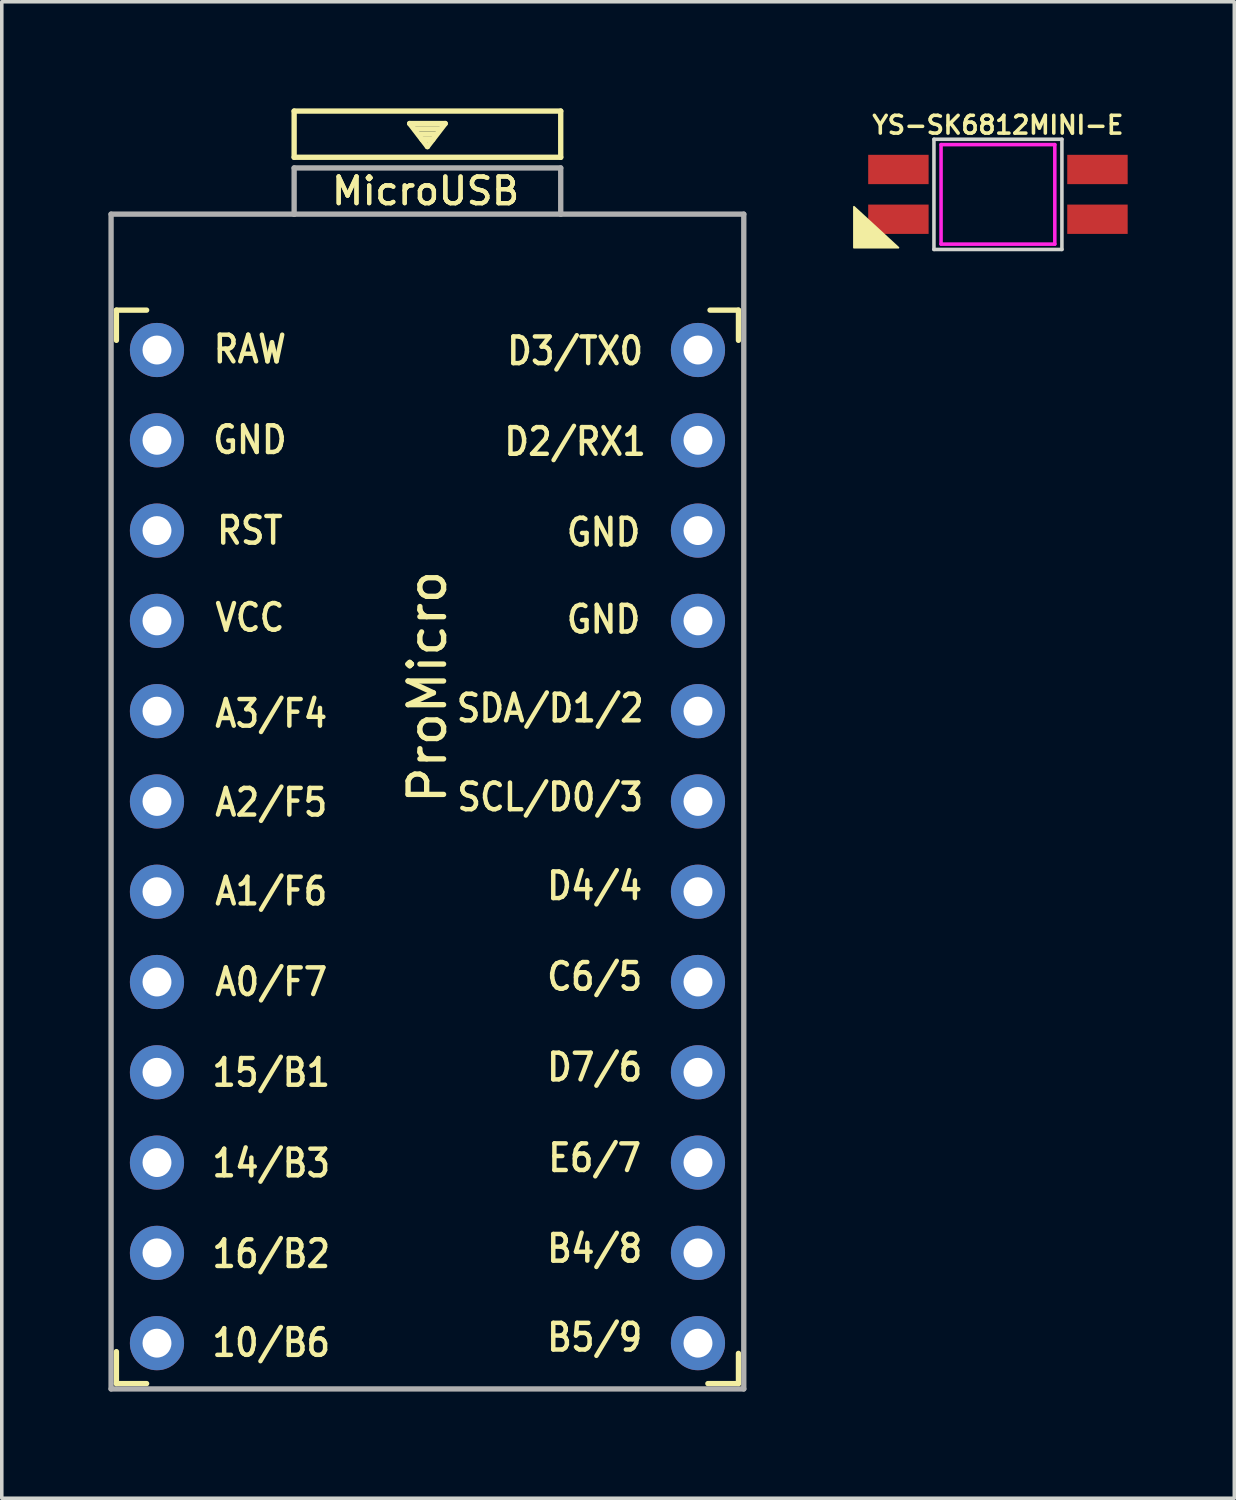
<source format=kicad_pcb>
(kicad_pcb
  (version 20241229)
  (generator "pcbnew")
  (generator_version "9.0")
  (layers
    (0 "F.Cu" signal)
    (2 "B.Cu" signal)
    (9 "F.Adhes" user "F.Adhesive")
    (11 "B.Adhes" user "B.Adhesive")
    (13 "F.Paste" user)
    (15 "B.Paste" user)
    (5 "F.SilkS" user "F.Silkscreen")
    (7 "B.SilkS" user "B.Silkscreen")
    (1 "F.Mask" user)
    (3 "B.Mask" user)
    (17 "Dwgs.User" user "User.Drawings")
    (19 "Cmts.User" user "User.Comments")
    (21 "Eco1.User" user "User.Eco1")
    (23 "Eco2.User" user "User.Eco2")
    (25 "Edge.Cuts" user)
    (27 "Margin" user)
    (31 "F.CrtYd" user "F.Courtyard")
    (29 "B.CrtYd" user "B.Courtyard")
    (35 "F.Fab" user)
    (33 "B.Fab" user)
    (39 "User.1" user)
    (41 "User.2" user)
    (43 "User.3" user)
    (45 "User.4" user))
  (footprint "ProMicro"
    (layer "F.Cu")
    (at 8.975 21.275)
    (property "Reference" "ProMicro" (at 0 -5 270) (layer "F.SilkS") (effects (font (size 1 1) (thickness 0.15))))
    (attr through_hole)
    (fp_line (start -8.75 -15.6) (end -8.75 -14.75) (stroke (width 0.15) (type solid)) (layer "F.SilkS"))
    (fp_line (start -8.75 -15.6) (end -7.9 -15.6) (stroke (width 0.15) (type solid)) (layer "F.SilkS"))
    (fp_line (start -8.75 13.7) (end -8.75 14.6) (stroke (width 0.15) (type solid)) (layer "F.SilkS"))
    (fp_line (start -8.75 14.6) (end -7.9 14.6) (stroke (width 0.15) (type solid)) (layer "F.SilkS"))
    (fp_line (start -3.75 -21.2) (end -3.75 -19.9) (stroke (width 0.15) (type solid)) (layer "F.SilkS"))
    (fp_line (start -3.75 -19.9) (end 3.75 -19.9) (stroke (width 0.15) (type solid)) (layer "F.SilkS"))
    (fp_line (start -0.5 -20.85) (end 0.5 -20.85) (stroke (width 0.15) (type solid)) (layer "F.SilkS"))
    (fp_line (start -0.35 -20.7) (end 0.35 -20.7) (stroke (width 0.15) (type solid)) (layer "F.SilkS"))
    (fp_line (start -0.25 -20.55) (end 0.25 -20.55) (stroke (width 0.15) (type solid)) (layer "F.SilkS"))
    (fp_line (start -0.15 -20.4) (end 0.15 -20.4) (stroke (width 0.15) (type solid)) (layer "F.SilkS"))
    (fp_line (start 0 -20.2) (end -0.5 -20.85) (stroke (width 0.15) (type solid)) (layer "F.SilkS"))
    (fp_line (start 0.5 -20.85) (end 0 -20.2) (stroke (width 0.15) (type solid)) (layer "F.SilkS"))
    (fp_line (start 3.75 -21.2) (end -3.75 -21.2) (stroke (width 0.15) (type solid)) (layer "F.SilkS"))
    (fp_line (start 3.75 -19.9) (end 3.75 -21.2) (stroke (width 0.15) (type solid)) (layer "F.SilkS"))
    (fp_line (start 8.75 -15.6) (end 7.95 -15.6) (stroke (width 0.15) (type solid)) (layer "F.SilkS"))
    (fp_line (start 8.75 -15.6) (end 8.75 -14.75) (stroke (width 0.15) (type solid)) (layer "F.SilkS"))
    (fp_line (start 8.75 13.75) (end 8.75 14.6) (stroke (width 0.15) (type solid)) (layer "F.SilkS"))
    (fp_line (start 8.75 14.6) (end 7.89 14.6) (stroke (width 0.15) (type solid)) (layer "F.SilkS"))
    (fp_line (start -8.9 -18.3) (end -3.75 -18.3) (stroke (width 0.15) (type solid)) (layer "F.Fab"))
    (fp_line (start -8.9 14.75) (end -8.9 -18.3) (stroke (width 0.15) (type solid)) (layer "F.Fab"))
    (fp_line (start -3.75 -19.6) (end -3.75 -18.299) (stroke (width 0.15) (type solid)) (layer "F.Fab"))
    (fp_line (start -3.75 -19.6) (end 3.75 -19.6) (stroke (width 0.15) (type solid)) (layer "F.Fab"))
    (fp_line (start -3.75 -18.3) (end 3.75 -18.3) (stroke (width 0.15) (type solid)) (layer "F.Fab"))
    (fp_line (start 3.75 -19.6) (end 3.75 -18.3) (stroke (width 0.15) (type solid)) (layer "F.Fab"))
    (fp_line (start 3.76 -18.3) (end 8.9 -18.3) (stroke (width 0.15) (type solid)) (layer "F.Fab"))
    (fp_line (start 8.9 -18.3) (end 8.9 14.75) (stroke (width 0.15) (type solid)) (layer "F.Fab"))
    (fp_line (start 8.9 14.75) (end -8.9 14.75) (stroke (width 0.15) (type solid)) (layer "F.Fab"))
    (fp_text user "16/B2" (at -4.395 10.95 0) (unlocked yes) (layer "F.SilkS") (effects (font (size 0.75 0.67) (thickness 0.125))))
    (fp_text user "SDA/D1/2" (at 3.455 -4.4 0) (unlocked yes) (layer "F.SilkS") (effects (font (size 0.75 0.67) (thickness 0.125))))
    (fp_text user "A3/F4" (at -4.395 -4.25 0) (unlocked yes) (layer "F.SilkS") (effects (font (size 0.75 0.67) (thickness 0.125))))
    (fp_text user "B5/9" (at 4.705 13.3 0) (unlocked yes) (layer "F.SilkS") (effects (font (size 0.75 0.67) (thickness 0.125))))
    (fp_text user "RAW" (at -4.995 -14.5 0) (unlocked yes) (layer "F.SilkS") (effects (font (size 0.75 0.67) (thickness 0.125))))
    (fp_text user "D3/TX0" (at 4.155 -14.45 0) (unlocked yes) (layer "F.SilkS") (effects (font (size 0.75 0.67) (thickness 0.125))))
    (fp_text user "GND" (at -4.995 -11.95 0) (unlocked yes) (layer "F.SilkS") (effects (font (size 0.75 0.67) (thickness 0.125))))
    (fp_text user "D7/6" (at 4.705 5.7 0) (unlocked yes) (layer "F.SilkS") (effects (font (size 0.75 0.67) (thickness 0.125))))
    (fp_text user "GND" (at 4.955 -6.9 0) (unlocked yes) (layer "F.SilkS") (effects (font (size 0.75 0.67) (thickness 0.125))))
    (fp_text user "10/B6" (at -4.395 13.45 0) (unlocked yes) (layer "F.SilkS") (effects (font (size 0.75 0.67) (thickness 0.125))))
    (fp_text user "C6/5" (at 4.705 3.15 0) (unlocked yes) (layer "F.SilkS") (effects (font (size 0.75 0.67) (thickness 0.125))))
    (fp_text user "14/B3" (at -4.395 8.4 0) (unlocked yes) (layer "F.SilkS") (effects (font (size 0.75 0.67) (thickness 0.125))))
    (fp_text user "MicroUSB" (at -0.05 -18.95 0) (layer "F.SilkS") (effects (font (size 0.75 0.75) (thickness 0.12))))
    (fp_text user "15/B1" (at -4.395 5.85 0) (unlocked yes) (layer "F.SilkS") (effects (font (size 0.75 0.67) (thickness 0.125))))
    (fp_text user "MicroUSB" (at -0.05 -18.95 0) (layer "F.SilkS") (effects (font (size 0.75 0.75) (thickness 0.12))))
    (fp_text user "RST" (at -4.995 -9.4 0) (unlocked yes) (layer "F.SilkS") (effects (font (size 0.75 0.67) (thickness 0.125))))
    (fp_text user "D2/RX1" (at 4.155 -11.9 0) (unlocked yes) (layer "F.SilkS") (effects (font (size 0.75 0.67) (thickness 0.125))))
    (fp_text user "A2/F5" (at -4.395 -1.75 0) (unlocked yes) (layer "F.SilkS") (effects (font (size 0.75 0.67) (thickness 0.125))))
    (fp_text user "A0/F7" (at -4.395 3.3 0) (unlocked yes) (layer "F.SilkS") (effects (font (size 0.75 0.67) (thickness 0.125))))
    (fp_text user "GND" (at 4.955 -9.35 0) (unlocked yes) (layer "F.SilkS") (effects (font (size 0.75 0.67) (thickness 0.125))))
    (fp_text user "D4/4" (at 4.705 0.6 0) (unlocked yes) (layer "F.SilkS") (effects (font (size 0.75 0.67) (thickness 0.125))))
    (fp_text user "E6/7" (at 4.705 8.25 0) (unlocked yes) (layer "F.SilkS") (effects (font (size 0.75 0.67) (thickness 0.125))))
    (fp_text user "B4/8" (at 4.705 10.8 0) (unlocked yes) (layer "F.SilkS") (effects (font (size 0.75 0.67) (thickness 0.125))))
    (fp_text user "VCC" (at -4.995 -6.95 0) (unlocked yes) (layer "F.SilkS") (effects (font (size 0.75 0.67) (thickness 0.125))))
    (fp_text user "A1/F6" (at -4.395 0.75 0) (unlocked yes) (layer "F.SilkS") (effects (font (size 0.75 0.67) (thickness 0.125))))
    (fp_text user "SCL/D0/3" (at 3.455 -1.9 0) (unlocked yes) (layer "F.SilkS") (effects (font (size 0.75 0.67) (thickness 0.125))))
    (pad "1" thru_hole circle (at 7.611 -14.478) (size 1.524 1.524) (drill 0.813) (layers "*.Cu" "B.Mask"))
    (pad "2" thru_hole circle (at 7.611 -11.938) (size 1.524 1.524) (drill 0.813) (layers "*.Cu" "B.Mask"))
    (pad "3" thru_hole circle (at 7.611 -9.398) (size 1.524 1.524) (drill 0.813) (layers "*.Cu" "B.Mask"))
    (pad "4" thru_hole circle (at 7.611 -6.858) (size 1.524 1.524) (drill 0.813) (layers "*.Cu" "B.Mask"))
    (pad "5" thru_hole circle (at 7.611 -4.318) (size 1.524 1.524) (drill 0.813) (layers "*.Cu" "B.Mask"))
    (pad "6" thru_hole circle (at 7.611 -1.778) (size 1.524 1.524) (drill 0.813) (layers "*.Cu" "B.Mask"))
    (pad "7" thru_hole circle (at 7.611 0.762) (size 1.524 1.524) (drill 0.813) (layers "*.Cu" "B.Mask"))
    (pad "8" thru_hole circle (at 7.611 3.302) (size 1.524 1.524) (drill 0.813) (layers "*.Cu" "B.Mask"))
    (pad "9" thru_hole circle (at 7.611 5.842) (size 1.524 1.524) (drill 0.813) (layers "*.Cu" "B.Mask"))
    (pad "10" thru_hole circle (at 7.611 8.382) (size 1.524 1.524) (drill 0.813) (layers "*.Cu" "B.Mask"))
    (pad "11" thru_hole circle (at 7.611 10.922) (size 1.524 1.524) (drill 0.813) (layers "*.Cu" "B.Mask"))
    (pad "12" thru_hole circle (at 7.611 13.462) (size 1.524 1.524) (drill 0.813) (layers "*.Cu" "B.Mask"))
    (pad "13" thru_hole circle (at -7.609 13.462) (size 1.524 1.524) (drill 0.813) (layers "*.Cu" "B.Mask"))
    (pad "14" thru_hole circle (at -7.609 10.922) (size 1.524 1.524) (drill 0.813) (layers "*.Cu" "B.Mask"))
    (pad "15" thru_hole circle (at -7.609 8.382) (size 1.524 1.524) (drill 0.813) (layers "*.Cu" "B.Mask"))
    (pad "16" thru_hole circle (at -7.609 5.842) (size 1.524 1.524) (drill 0.813) (layers "*.Cu" "B.Mask"))
    (pad "17" thru_hole circle (at -7.609 3.302) (size 1.524 1.524) (drill 0.813) (layers "*.Cu" "B.Mask"))
    (pad "18" thru_hole circle (at -7.609 0.762) (size 1.524 1.524) (drill 0.813) (layers "*.Cu" "B.Mask"))
    (pad "19" thru_hole circle (at -7.609 -1.778) (size 1.524 1.524) (drill 0.813) (layers "*.Cu" "B.Mask"))
    (pad "20" thru_hole circle (at -7.609 -4.318) (size 1.524 1.524) (drill 0.813) (layers "*.Cu" "B.Mask"))
    (pad "21" thru_hole circle (at -7.609 -6.858) (size 1.524 1.524) (drill 0.813) (layers "*.Cu" "B.Mask"))
    (pad "22" thru_hole circle (at -7.609 -9.398) (size 1.524 1.524) (drill 0.813) (layers "*.Cu" "B.Mask"))
    (pad "23" thru_hole circle (at -7.609 -11.938) (size 1.524 1.524) (drill 0.813) (layers "*.Cu" "B.Mask"))
    (pad "24" thru_hole circle (at -7.609 -14.478) (size 1.524 1.524) (drill 0.813) (layers "*.Cu" "B.Mask")))
  (footprint "YS-SK6812MINI-E"
    (layer "F.Cu")
    (at 25.025 2.418)
    (property "Reference" "YS-SK6812MINI-E" (at 0 -1.95 0) (layer "F.SilkS") (effects (font (size 0.5 0.5) (thickness 0.1))))
    (attr smd)
    (fp_poly (pts (xy -4.05 0.35) (xy -4.05 1.5) (xy -2.8 1.5)) (stroke (width 0.05) (type solid)) (fill yes) (layer "F.SilkS"))
    (fp_line (start -1.8 -1.55) (end -1.8 1.55) (stroke (width 0.1) (type solid)) (layer "Edge.Cuts"))
    (fp_line (start -1.8 1.55) (end 1.8 1.55) (stroke (width 0.1) (type solid)) (layer "Edge.Cuts"))
    (fp_line (start 1.8 -1.55) (end -1.8 -1.55) (stroke (width 0.1) (type solid)) (layer "Edge.Cuts"))
    (fp_line (start 1.8 1.55) (end 1.8 -1.55) (stroke (width 0.1) (type solid)) (layer "Edge.Cuts"))
    (fp_line (start -1.6 -1.4) (end -1.6 1.4) (stroke (width 0.1) (type solid)) (layer "F.CrtYd"))
    (fp_line (start -1.6 -1.4) (end 1.6 -1.4) (stroke (width 0.1) (type solid)) (layer "F.CrtYd"))
    (fp_line (start -1.6 1.4) (end 1.6 1.4) (stroke (width 0.1) (type solid)) (layer "F.CrtYd"))
    (fp_line (start 1.6 -1.4) (end 1.6 1.4) (stroke (width 0.1) (type solid)) (layer "F.CrtYd"))
    (pad "1" smd rect (at 2.8 -0.7) (size 1.7 0.825) (layers "F.Cu" "F.Mask" "F.Paste"))
    (pad "2" smd rect (at 2.8 0.7) (size 1.7 0.825) (layers "F.Cu" "F.Mask" "F.Paste"))
    (pad "3" smd rect (at -2.8 0.7) (size 1.7 0.825) (layers "F.Cu" "F.Mask" "F.Paste"))
    (pad "4" smd rect (at -2.8 -0.7) (size 1.7 0.825) (layers "F.Cu" "F.Mask" "F.Paste")))
  (gr_rect
    (start -3 -3)
    (end 31.675 39.1)
    (stroke (width 0.1) (type default))
    (fill no)
    (layer "Edge.Cuts")))
</source>
